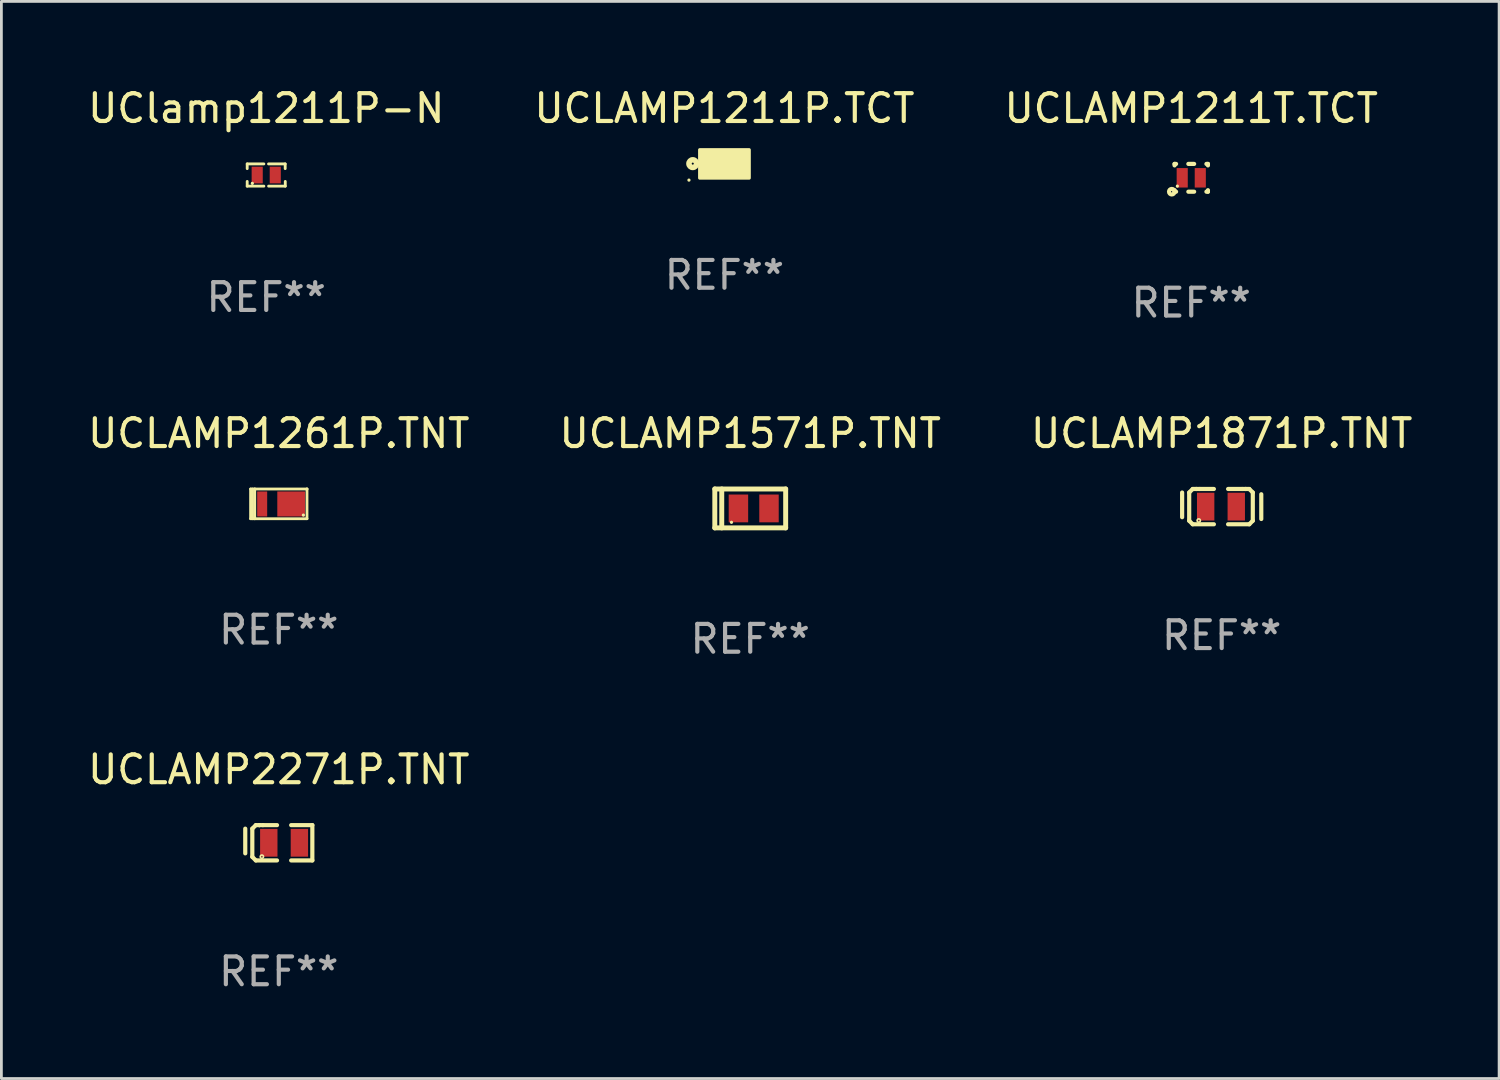
<source format=kicad_pcb>
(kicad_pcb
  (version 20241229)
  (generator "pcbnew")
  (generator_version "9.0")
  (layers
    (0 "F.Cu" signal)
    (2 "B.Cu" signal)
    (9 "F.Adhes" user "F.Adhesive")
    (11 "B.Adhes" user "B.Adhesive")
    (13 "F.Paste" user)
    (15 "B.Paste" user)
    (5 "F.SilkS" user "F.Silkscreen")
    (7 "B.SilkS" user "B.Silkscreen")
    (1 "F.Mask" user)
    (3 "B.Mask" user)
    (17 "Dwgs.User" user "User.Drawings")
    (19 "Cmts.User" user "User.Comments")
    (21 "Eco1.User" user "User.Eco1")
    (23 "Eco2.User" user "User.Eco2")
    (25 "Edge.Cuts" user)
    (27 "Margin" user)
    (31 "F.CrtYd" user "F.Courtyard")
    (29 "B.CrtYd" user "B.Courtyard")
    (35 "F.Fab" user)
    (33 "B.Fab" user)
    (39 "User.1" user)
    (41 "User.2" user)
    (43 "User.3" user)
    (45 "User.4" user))
  (footprint "UClamp1211P-N"
    (layer "F.Cu")
    (at 6.53 3.248)
    (property "Reference" "UClamp1211P-N" (at 0 -2.4 0) (layer "F.SilkS") (effects (font (size 1 1) (thickness 0.15))))
    (attr through_hole)
    (fp_line (start -0.685 -0.4) (end -0.685 -0.23) (stroke (width 0.102) (type solid)) (layer "F.SilkS"))
    (fp_line (start -0.685 0.4) (end -0.685 0.23) (stroke (width 0.102) (type solid)) (layer "F.SilkS"))
    (fp_line (start -0.085 -0.4) (end -0.685 -0.4) (stroke (width 0.102) (type solid)) (layer "F.SilkS"))
    (fp_line (start -0.085 0.4) (end -0.685 0.4) (stroke (width 0.102) (type solid)) (layer "F.SilkS"))
    (fp_line (start 0.082 -0.4) (end 0.682 -0.4) (stroke (width 0.102) (type solid)) (layer "F.SilkS"))
    (fp_line (start 0.085 0.4) (end 0.685 0.4) (stroke (width 0.102) (type solid)) (layer "F.SilkS"))
    (fp_line (start 0.682 -0.4) (end 0.682 -0.23) (stroke (width 0.102) (type solid)) (layer "F.SilkS"))
    (fp_line (start 0.685 0.4) (end 0.685 0.23) (stroke (width 0.102) (type solid)) (layer "F.SilkS"))
    (fp_circle (center -0.5 0.3) (end -0.47 0.3) (stroke (width 0.06) (type solid)) (fill no) (layer "F.SilkS"))
    (fp_text user "REF**" (at 0 4.4 0) (layer "F.Fab") (effects (font (size 1 1) (thickness 0.15))))
    (pad "1" smd rect (at -0.325 0) (size 0.4 0.6) (layers "F.Cu" "F.Mask" "F.Paste"))
    (pad "2" smd rect (at 0.325 0) (size 0.4 0.6) (layers "F.Cu" "F.Mask" "F.Paste")))
  (footprint "UCLAMP1211T.TCT"
    (layer "F.Cu")
    (at 39.815 3.348)
    (property "Reference" "UCLAMP1211T.TCT" (at 0 -2.5 0) (layer "F.SilkS") (effects (font (size 1 1) (thickness 0.15))))
    (attr through_hole)
    (fp_line (start -0.6 -0.5) (end -0.546 -0.5) (stroke (width 0.15) (type solid)) (layer "F.SilkS"))
    (fp_line (start -0.6 -0.446) (end -0.6 -0.5) (stroke (width 0.15) (type solid)) (layer "F.SilkS"))
    (fp_line (start -0.6 0.5) (end -0.6 0.446) (stroke (width 0.15) (type solid)) (layer "F.SilkS"))
    (fp_line (start -0.546 0.5) (end -0.6 0.5) (stroke (width 0.15) (type solid)) (layer "F.SilkS"))
    (fp_line (start -0.104 -0.5) (end 0.104 -0.5) (stroke (width 0.15) (type solid)) (layer "F.SilkS"))
    (fp_line (start 0.104 0.5) (end -0.104 0.5) (stroke (width 0.15) (type solid)) (layer "F.SilkS"))
    (fp_line (start 0.546 -0.5) (end 0.6 -0.5) (stroke (width 0.15) (type solid)) (layer "F.SilkS"))
    (fp_line (start 0.6 -0.5) (end 0.6 -0.446) (stroke (width 0.15) (type solid)) (layer "F.SilkS"))
    (fp_line (start 0.6 0.446) (end 0.6 0.5) (stroke (width 0.15) (type solid)) (layer "F.SilkS"))
    (fp_line (start 0.6 0.5) (end 0.546 0.5) (stroke (width 0.15) (type solid)) (layer "F.SilkS"))
    (fp_circle (center -0.7 0.5) (end -0.675 0.5) (stroke (width 0.15) (type solid)) (fill no) (layer "F.SilkS"))
    (fp_circle (center -0.5 0.3) (end -0.47 0.3) (stroke (width 0.06) (type solid)) (fill no) (layer "F.SilkS"))
    (fp_text user "REF**" (at 0 4.5 0) (layer "F.Fab") (effects (font (size 1 1) (thickness 0.15))))
    (pad "1" smd rect (at -0.325 0) (size 0.4 0.7) (layers "F.Cu" "F.Mask" "F.Paste"))
    (pad "2" smd rect (at 0.325 0) (size 0.4 0.7) (layers "F.Cu" "F.Mask" "F.Paste")))
  (footprint "UCLAMP1571P.TNT"
    (layer "F.Cu")
    (at 23.946 15.245)
    (property "Reference" "UCLAMP1571P.TNT" (at 0 -2.7 0) (layer "F.SilkS") (effects (font (size 1 1) (thickness 0.15))))
    (attr through_hole)
    (fp_line (start -1.275 -0.7) (end -1.275 0.7) (stroke (width 0.178) (type solid)) (layer "F.SilkS"))
    (fp_line (start -1.275 -0.7) (end 1.275 -0.7) (stroke (width 0.178) (type solid)) (layer "F.SilkS"))
    (fp_line (start -1.275 0.7) (end 1.275 0.7) (stroke (width 0.178) (type solid)) (layer "F.SilkS"))
    (fp_line (start -1.025 -0.7) (end -1.025 0.7) (stroke (width 0.178) (type solid)) (layer "F.SilkS"))
    (fp_line (start 1.275 -0.7) (end 1.275 0.7) (stroke (width 0.178) (type solid)) (layer "F.SilkS"))
    (fp_circle (center -0.675 0.5) (end -0.645 0.5) (stroke (width 0.06) (type solid)) (fill no) (layer "F.SilkS"))
    (fp_text user "REF**" (at 0 4.7 0) (layer "F.Fab") (effects (font (size 1 1) (thickness 0.15))))
    (pad "1" smd rect (at -0.425 0 90) (size 1 0.7) (layers "F.Cu" "F.Mask" "F.Paste"))
    (pad "2" smd rect (at 0.675 0 90) (size 1 0.7) (layers "F.Cu" "F.Mask" "F.Paste")))
  (footprint "UCLAMP1871P.TNT"
    (layer "F.Cu")
    (at 40.911 15.18)
    (property "Reference" "UCLAMP1871P.TNT" (at 0 -2.635 0) (layer "F.SilkS") (effects (font (size 1 1) (thickness 0.15))))
    (attr through_hole)
    (fp_line (start -1.424 -0.508) (end -1.424 0.381) (stroke (width 0.15) (type solid)) (layer "F.SilkS"))
    (fp_line (start -1.17 -0.508) (end -1.17 0.508) (stroke (width 0.15) (type solid)) (layer "F.SilkS"))
    (fp_line (start -1.17 0.508) (end -1.043 0.635) (stroke (width 0.15) (type solid)) (layer "F.SilkS"))
    (fp_line (start -1.043 -0.635) (end -1.17 -0.508) (stroke (width 0.15) (type solid)) (layer "F.SilkS"))
    (fp_line (start -1.043 0.635) (end -0.281 0.635) (stroke (width 0.15) (type solid)) (layer "F.SilkS"))
    (fp_line (start -0.916 -0.635) (end -1.043 -0.635) (stroke (width 0.15) (type solid)) (layer "F.SilkS"))
    (fp_line (start -0.916 -0.635) (end -0.916 -0.635) (stroke (width 0.15) (type solid)) (layer "F.SilkS"))
    (fp_line (start -0.789 -0.635) (end -0.916 -0.635) (stroke (width 0.15) (type solid)) (layer "F.SilkS"))
    (fp_line (start -0.281 -0.635) (end -0.789 -0.635) (stroke (width 0.15) (type solid)) (layer "F.SilkS"))
    (fp_line (start 0.23 -0.635) (end 0.738 -0.635) (stroke (width 0.15) (type solid)) (layer "F.SilkS"))
    (fp_line (start 0.738 -0.635) (end 0.865 -0.635) (stroke (width 0.15) (type solid)) (layer "F.SilkS"))
    (fp_line (start 0.865 -0.635) (end 0.865 -0.635) (stroke (width 0.15) (type solid)) (layer "F.SilkS"))
    (fp_line (start 0.865 -0.635) (end 0.992 -0.635) (stroke (width 0.15) (type solid)) (layer "F.SilkS"))
    (fp_line (start 0.992 -0.635) (end 1.119 -0.508) (stroke (width 0.15) (type solid)) (layer "F.SilkS"))
    (fp_line (start 0.992 0.635) (end 0.23 0.635) (stroke (width 0.15) (type solid)) (layer "F.SilkS"))
    (fp_line (start 1.119 -0.508) (end 1.119 0.508) (stroke (width 0.15) (type solid)) (layer "F.SilkS"))
    (fp_line (start 1.119 0.508) (end 0.992 0.635) (stroke (width 0.15) (type solid)) (layer "F.SilkS"))
    (fp_line (start 1.424 -0.445) (end 1.424 0.445) (stroke (width 0.15) (type solid)) (layer "F.SilkS"))
    (fp_circle (center -0.826 0.5) (end -0.797 0.5) (stroke (width 0.06) (type solid)) (fill no) (layer "F.SilkS"))
    (fp_text user "REF**" (at 0 4.635 0) (layer "F.Fab") (effects (font (size 1 1) (thickness 0.15))))
    (pad "1" smd rect (at -0.577 0) (size 0.625 1) (layers "F.Cu" "F.Mask" "F.Paste"))
    (pad "2" smd rect (at 0.524 0) (size 0.625 1) (layers "F.Cu" "F.Mask" "F.Paste")))
  (footprint "UCLAMP1211P.TCT"
    (layer "F.Cu")
    (at 23.018 2.848)
    (property "Reference" "UCLAMP1211P.TCT" (at 0 -2 0) (layer "F.SilkS") (effects (font (size 1 1) (thickness 0.15))))
    (attr through_hole)
    (fp_circle (center -1.277 0.583) (end -1.247 0.583) (stroke (width 0.06) (type solid)) (fill no) (layer "F.SilkS"))
    (fp_circle (center -1.14 -0.01) (end -1.103 -0.01) (stroke (width 0.2) (type solid)) (fill no) (layer "F.SilkS"))
    (fp_poly (pts (xy -0.889 -0.508) (xy 0.889 -0.508) (xy 0.889 0.508) (xy -0.889 0.508)) (stroke (width 0.12) (type solid)) (fill yes) (layer "F.SilkS"))
    (fp_text user "REF**" (at 0 4 0) (layer "F.Fab") (effects (font (size 1 1) (thickness 0.15))))
    (pad "1" smd rect (at -0.425 0) (size 0.55 0.6) (layers "F.Cu" "F.Mask" "F.Paste"))
    (pad "2" smd rect (at 0.425 0) (size 0.55 0.6) (layers "F.Cu" "F.Mask" "F.Paste")))
  (footprint "UCLAMP2271P.TNT"
    (layer "F.Cu")
    (at 6.982 27.276)
    (property "Reference" "UCLAMP2271P.TNT" (at 0 -2.635 0) (layer "F.SilkS") (effects (font (size 1 1) (thickness 0.15))))
    (attr through_hole)
    (fp_line (start -1.207 -0.508) (end -1.207 0.381) (stroke (width 0.15) (type solid)) (layer "F.SilkS"))
    (fp_line (start -0.953 -0.508) (end -0.953 0.508) (stroke (width 0.15) (type solid)) (layer "F.SilkS"))
    (fp_line (start -0.953 0.508) (end -0.826 0.635) (stroke (width 0.15) (type solid)) (layer "F.SilkS"))
    (fp_line (start -0.826 -0.635) (end -0.953 -0.508) (stroke (width 0.15) (type solid)) (layer "F.SilkS"))
    (fp_line (start -0.826 0.635) (end -0.064 0.635) (stroke (width 0.15) (type solid)) (layer "F.SilkS"))
    (fp_line (start -0.699 -0.635) (end -0.826 -0.635) (stroke (width 0.15) (type solid)) (layer "F.SilkS"))
    (fp_line (start -0.699 -0.635) (end -0.699 -0.635) (stroke (width 0.15) (type solid)) (layer "F.SilkS"))
    (fp_line (start -0.572 -0.635) (end -0.699 -0.635) (stroke (width 0.15) (type solid)) (layer "F.SilkS"))
    (fp_line (start -0.064 -0.635) (end -0.572 -0.635) (stroke (width 0.15) (type solid)) (layer "F.SilkS"))
    (fp_line (start 0.445 -0.635) (end 1.207 -0.635) (stroke (width 0.15) (type solid)) (layer "F.SilkS"))
    (fp_line (start 1.207 -0.635) (end 1.207 0.635) (stroke (width 0.15) (type solid)) (layer "F.SilkS"))
    (fp_line (start 1.207 0.635) (end 0.445 0.635) (stroke (width 0.15) (type solid)) (layer "F.SilkS"))
    (fp_circle (center -0.609 0.5) (end -0.58 0.5) (stroke (width 0.06) (type solid)) (fill no) (layer "F.SilkS"))
    (fp_text user "REF**" (at 0 4.635 0) (layer "F.Fab") (effects (font (size 1 1) (thickness 0.15))))
    (pad "1" smd rect (at -0.36 0) (size 0.625 1) (layers "F.Cu" "F.Mask" "F.Paste"))
    (pad "2" smd rect (at 0.741 0) (size 0.625 1) (layers "F.Cu" "F.Mask" "F.Paste")))
  (footprint "UCLAMP1261P.TNT"
    (layer "F.Cu")
    (at 6.982 15.08)
    (property "Reference" "UCLAMP1261P.TNT" (at 0 -2.535 0) (layer "F.SilkS") (effects (font (size 1 1) (thickness 0.15))))
    (attr through_hole)
    (fp_line (start -1.015 -0.534) (end -1.015 0.535) (stroke (width 0.1) (type solid)) (layer "F.SilkS"))
    (fp_line (start -1.015 0.535) (end -0.865 0.535) (stroke (width 0.1) (type solid)) (layer "F.SilkS"))
    (fp_line (start -0.945 -0.534) (end -0.945 0.535) (stroke (width 0.1) (type solid)) (layer "F.SilkS"))
    (fp_line (start -0.865 -0.534) (end -1.015 -0.534) (stroke (width 0.1) (type solid)) (layer "F.SilkS"))
    (fp_line (start -0.865 -0.534) (end -0.865 0.535) (stroke (width 0.1) (type solid)) (layer "F.SilkS"))
    (fp_line (start -0.865 -0.534) (end 1.015 -0.534) (stroke (width 0.1) (type solid)) (layer "F.SilkS"))
    (fp_line (start -0.865 0.535) (end -0.865 0.525) (stroke (width 0.1) (type solid)) (layer "F.SilkS"))
    (fp_line (start -0.865 0.535) (end 1.015 0.535) (stroke (width 0.1) (type solid)) (layer "F.SilkS"))
    (fp_line (start 1.015 -0.534) (end 1.014 -0.535) (stroke (width 0.1) (type solid)) (layer "F.SilkS"))
    (fp_line (start 1.015 0.535) (end 1.015 -0.534) (stroke (width 0.1) (type solid)) (layer "F.SilkS"))
    (fp_circle (center 0.884 0.405) (end 0.914 0.405) (stroke (width 0.06) (type solid)) (fill no) (layer "F.SilkS"))
    (fp_text user "REF**" (at 0 4.535 0) (layer "F.Fab") (effects (font (size 1 1) (thickness 0.15))))
    (pad "1" smd rect (at 0.446 0.005) (size 1 0.9) (layers "F.Cu" "F.Mask" "F.Paste"))
    (pad "2" smd rect (at -0.598 0.005) (size 0.36 0.9) (layers "F.Cu" "F.Mask" "F.Paste")))
  (gr_rect
    (start -3 -3)
    (end 50.893 35.76)
    (stroke (width 0.1) (type default))
    (fill no)
    (layer "Edge.Cuts")))
</source>
